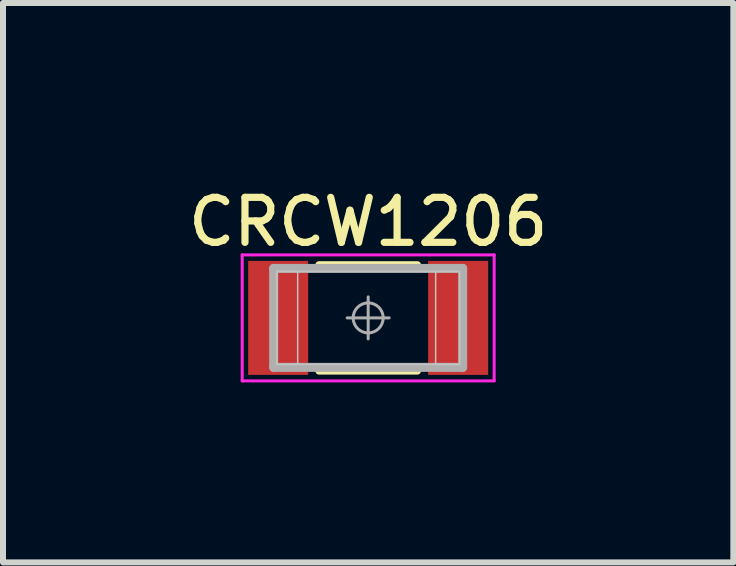
<source format=kicad_pcb>
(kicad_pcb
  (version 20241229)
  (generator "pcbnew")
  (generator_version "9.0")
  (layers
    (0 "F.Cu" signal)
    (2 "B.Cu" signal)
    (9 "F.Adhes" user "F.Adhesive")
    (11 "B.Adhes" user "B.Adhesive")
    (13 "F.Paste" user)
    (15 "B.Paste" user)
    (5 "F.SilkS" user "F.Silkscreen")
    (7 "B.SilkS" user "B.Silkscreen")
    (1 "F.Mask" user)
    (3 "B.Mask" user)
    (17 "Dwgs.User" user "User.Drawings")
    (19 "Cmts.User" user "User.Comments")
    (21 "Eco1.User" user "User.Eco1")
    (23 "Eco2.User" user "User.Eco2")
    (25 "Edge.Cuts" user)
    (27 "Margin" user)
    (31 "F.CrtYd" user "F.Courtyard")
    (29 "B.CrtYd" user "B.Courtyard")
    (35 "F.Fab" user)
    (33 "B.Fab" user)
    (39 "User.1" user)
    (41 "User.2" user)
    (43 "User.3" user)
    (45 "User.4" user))
  (footprint "CRCW1206"
    (layer "F.Cu")
    (at 3.087 2.249)
    (property "Reference" "CRCW1206" (at 0 -1.6 0) (layer "F.SilkS") (effects (font (size 0.75 0.75) (thickness 0.12))))
    (attr smd)
    (fp_line (start -0.82 -0.885) (end 0.82 -0.885) (stroke (width 0.12) (type solid)) (layer "F.SilkS"))
    (fp_line (start -0.82 0.885) (end 0.82 0.885) (stroke (width 0.12) (type solid)) (layer "F.SilkS"))
    (fp_line (start -1.525 -0.775) (end -1.175 -0.775) (stroke (width 0.025) (type solid)) (layer "Dwgs.User"))
    (fp_line (start -1.525 -0.775) (end 1.525 -0.775) (stroke (width 0.025) (type solid)) (layer "Dwgs.User"))
    (fp_line (start -1.525 0.775) (end -1.525 -0.775) (stroke (width 0.025) (type solid)) (layer "Dwgs.User"))
    (fp_line (start -1.525 0.775) (end -1.525 -0.775) (stroke (width 0.025) (type solid)) (layer "Dwgs.User"))
    (fp_line (start -1.175 -0.775) (end -1.175 0.775) (stroke (width 0.025) (type solid)) (layer "Dwgs.User"))
    (fp_line (start -1.175 0.775) (end -1.525 0.775) (stroke (width 0.025) (type solid)) (layer "Dwgs.User"))
    (fp_line (start 1.125 -0.775) (end 1.475 -0.775) (stroke (width 0.025) (type solid)) (layer "Dwgs.User"))
    (fp_line (start 1.125 0.775) (end 1.125 -0.775) (stroke (width 0.025) (type solid)) (layer "Dwgs.User"))
    (fp_line (start 1.475 0.775) (end 1.125 0.775) (stroke (width 0.025) (type solid)) (layer "Dwgs.User"))
    (fp_line (start 1.525 -0.775) (end 1.525 0.775) (stroke (width 0.025) (type solid)) (layer "Dwgs.User"))
    (fp_line (start 1.525 0.775) (end -1.525 0.775) (stroke (width 0.025) (type solid)) (layer "Dwgs.User"))
    (fp_line (start -2.1 -1.05) (end 2.1 -1.05) (stroke (width 0.05) (type solid)) (layer "F.CrtYd"))
    (fp_line (start -2.1 1.05) (end -2.1 -1.05) (stroke (width 0.05) (type solid)) (layer "F.CrtYd"))
    (fp_line (start 2.1 -1.05) (end 2.1 1.05) (stroke (width 0.05) (type solid)) (layer "F.CrtYd"))
    (fp_line (start 2.1 1.05) (end -2.1 1.05) (stroke (width 0.05) (type solid)) (layer "F.CrtYd"))
    (fp_line (start -1.575 -0.825) (end 1.575 -0.825) (stroke (width 0.15) (type solid)) (layer "F.Fab"))
    (fp_line (start -1.575 0.825) (end -1.575 -0.825) (stroke (width 0.15) (type solid)) (layer "F.Fab"))
    (fp_line (start 0 -0.35) (end 0 0.35) (stroke (width 0.05) (type solid)) (layer "F.Fab"))
    (fp_line (start 0.35 0) (end -0.35 0) (stroke (width 0.05) (type solid)) (layer "F.Fab"))
    (fp_line (start 1.575 -0.825) (end 1.575 0.825) (stroke (width 0.15) (type solid)) (layer "F.Fab"))
    (fp_line (start 1.575 0.825) (end -1.575 0.825) (stroke (width 0.15) (type solid)) (layer "F.Fab"))
    (fp_circle (center 0 0) (end 0.25 0) (stroke (width 0.05) (type solid)) (fill no) (layer "F.Fab"))
    (pad "1" smd rect (at -1.5 0) (size 1 1.9) (layers "F.Cu" "F.Mask" "F.Paste"))
    (pad "2" smd rect (at 1.5 0) (size 1 1.9) (layers "F.Cu" "F.Mask" "F.Paste")))
  (gr_rect
    (start -3 -3)
    (end 9.174 6.324)
    (stroke (width 0.1) (type default))
    (fill no)
    (layer "Edge.Cuts")))
</source>
